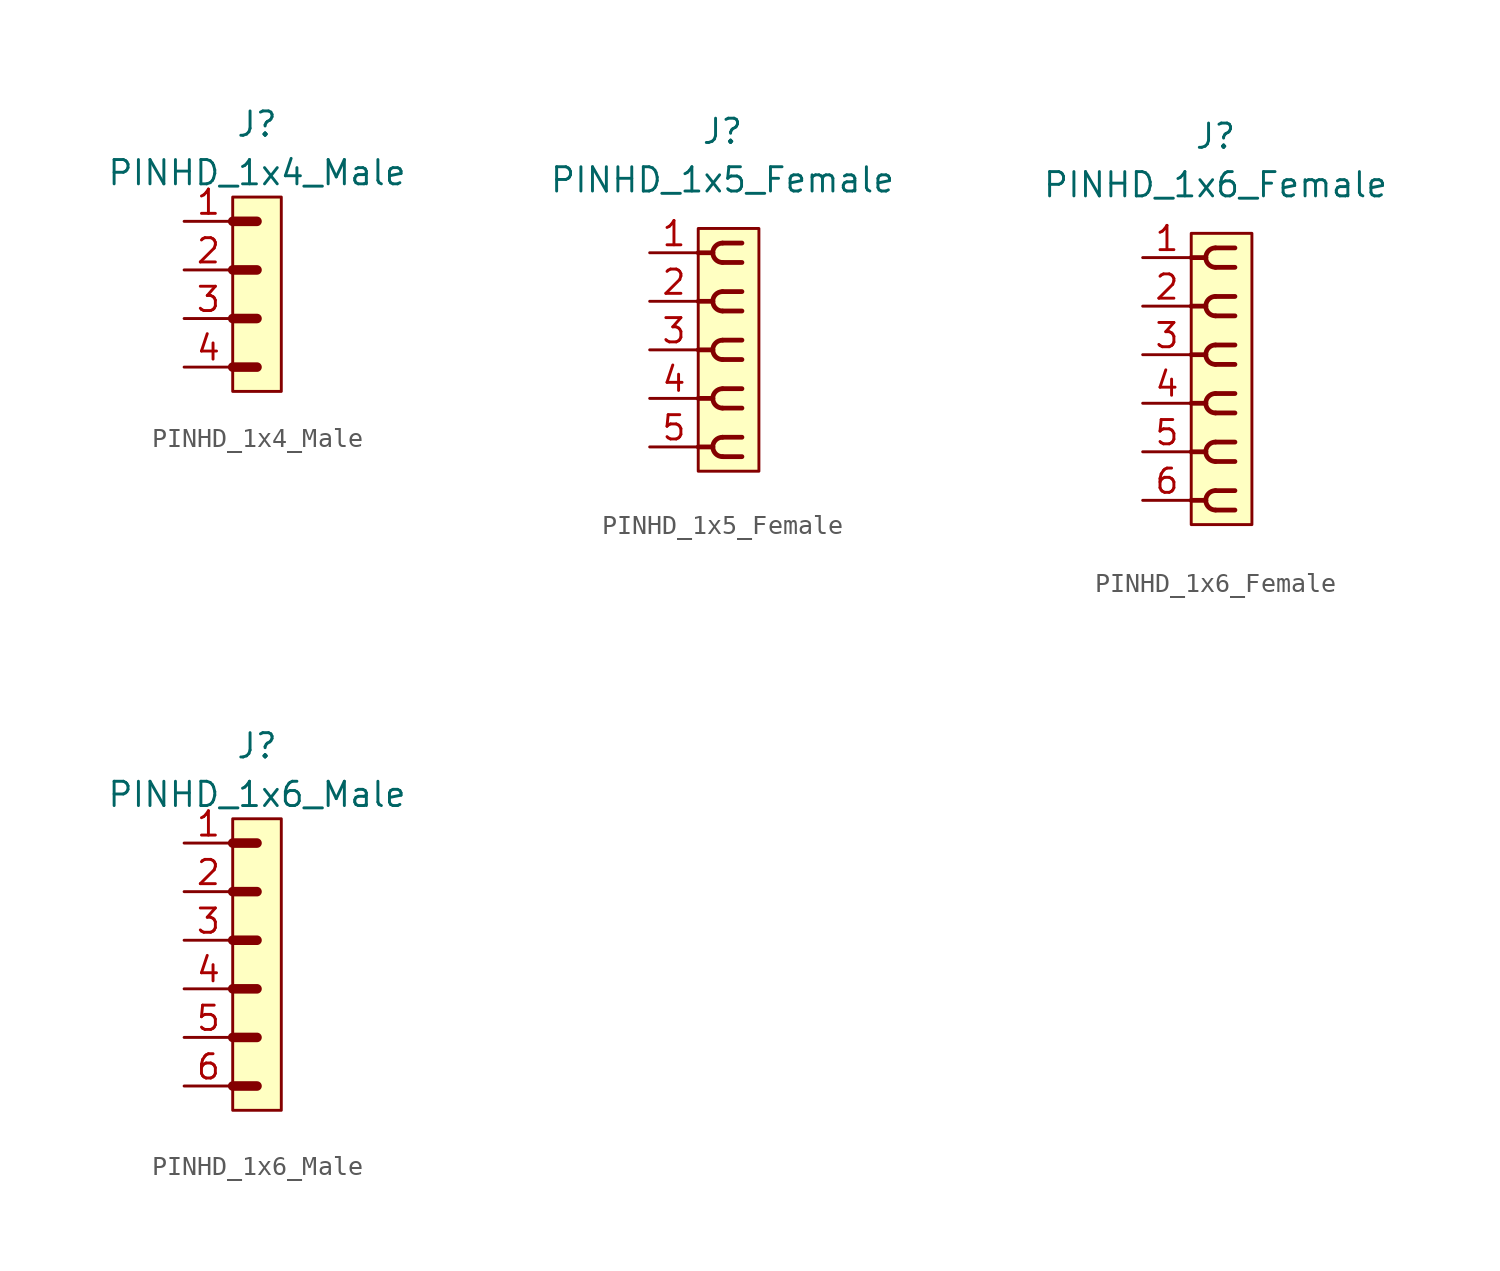
<source format=kicad_sym>
(kicad_symbol_lib
  (version 20220914)
  (generator kicad_symbol_editor)
  (symbol "PINHD_1x4_Male"
    (property "Reference" "J"
      (at 0 8.89 0)
      (effects (font (size 1.27 1.27))))
    (property "Value" "PINHD_1x4_Male"
      (at 0 6.35 0)
      (effects (font (size 1.27 1.27))))
    (symbol "PINHD_1x4_Male_0_1"
      (rectangle (start -1.27 5.08) (end 1.27 -5.08) (stroke (width 0) (type default)) (fill (type background)))
      (polyline (pts (xy -1.27 -3.81) (xy 0 -3.81)) (stroke (width 0.3) (type default)) (fill (type none)))
      (polyline (pts (xy -1.27 -3.81) (xy 0 -3.81)) (stroke (width 0.5) (type default)) (fill (type none)))
      (polyline (pts (xy -1.27 -1.27) (xy 0 -1.27)) (stroke (width 0.3) (type default)) (fill (type none)))
      (polyline (pts (xy -1.27 -1.27) (xy 0 -1.27)) (stroke (width 0.5) (type default)) (fill (type none)))
      (polyline (pts (xy -1.27 1.27) (xy 0 1.27)) (stroke (width 0.3) (type default)) (fill (type none)))
      (polyline (pts (xy -1.27 1.27) (xy 0 1.27)) (stroke (width 0.5) (type default)) (fill (type none)))
      (polyline (pts (xy -1.27 3.81) (xy 0 3.81)) (stroke (width 0.3) (type default)) (fill (type none)))
      (polyline (pts (xy -1.27 3.81) (xy 0 3.81)) (stroke (width 0.5) (type default)) (fill (type none))))
    (symbol "PINHD_1x4_Male_1_1"
      (pin passive line (at -3.81 3.81 0) (length 2.54) (name "" (effects (font (size 1.27 1.27)))) (number "1" (effects (font (size 1.27 1.27)))))
      (pin passive line (at -3.81 1.27 0) (length 2.54) (name "" (effects (font (size 1.27 1.27)))) (number "2" (effects (font (size 1.27 1.27)))))
      (pin passive line (at -3.81 -1.27 0) (length 2.54) (name "" (effects (font (size 1.27 1.27)))) (number "3" (effects (font (size 1.27 1.27)))))
      (pin passive line (at -3.81 -3.81 0) (length 2.54) (name "" (effects (font (size 1.27 1.27)))) (number "4" (effects (font (size 1.27 1.27)))))))
  (symbol "PINHD_1x5_Female"
    (property "Reference" "J"
      (at 0 11.43 0)
      (effects (font (size 1.27 1.27))))
    (property "Value" "PINHD_1x5_Female"
      (at 0 8.89 0)
      (effects (font (size 1.27 1.27))))
    (symbol "PINHD_1x5_Female_0_1"
      (rectangle (start -1.27 6.35) (end 1.905 -6.35) (stroke (width 0) (type default)) (fill (type background)))
      (arc (start -0.508 -5.08) (mid -0.3592 -5.4392) (end 0 -5.588) (stroke (width 0.25) (type default)) (fill (type none)))
      (arc (start -0.508 -2.54) (mid -0.3592 -2.8992) (end 0 -3.048) (stroke (width 0.25) (type default)) (fill (type none)))
      (arc (start -0.508 0) (mid -0.3592 -0.3592) (end 0 -0.508) (stroke (width 0.25) (type default)) (fill (type none)))
      (arc (start -0.508 2.54) (mid -0.3592 2.1808) (end 0 2.032) (stroke (width 0.25) (type default)) (fill (type none)))
      (arc (start -0.508 5.08) (mid -0.3592 4.7208) (end 0 4.572) (stroke (width 0.25) (type default)) (fill (type none)))
      (arc (start 0 -4.572) (mid -0.3592 -4.7208) (end -0.508 -5.08) (stroke (width 0.25) (type default)) (fill (type none)))
      (arc (start 0 -2.032) (mid -0.3592 -2.1808) (end -0.508 -2.54) (stroke (width 0.25) (type default)) (fill (type none)))
      (polyline (pts (xy -1.27 -5.08) (xy -0.508 -5.08)) (stroke (width 0.25) (type default)) (fill (type none)))
      (polyline (pts (xy -1.27 -2.54) (xy -0.508 -2.54)) (stroke (width 0.25) (type default)) (fill (type none)))
      (polyline (pts (xy -1.27 0) (xy -0.508 0)) (stroke (width 0.25) (type default)) (fill (type none)))
      (polyline (pts (xy -1.27 2.54) (xy -0.508 2.54)) (stroke (width 0.25) (type default)) (fill (type none)))
      (polyline (pts (xy -1.27 5.08) (xy -0.508 5.08)) (stroke (width 0.25) (type default)) (fill (type none)))
      (polyline (pts (xy 0 -5.588) (xy 1.016 -5.588)) (stroke (width 0.25) (type default)) (fill (type none)))
      (polyline (pts (xy 0 -4.572) (xy 1.016 -4.572)) (stroke (width 0.25) (type default)) (fill (type none)))
      (polyline (pts (xy 0 -3.048) (xy 1.016 -3.048)) (stroke (width 0.25) (type default)) (fill (type none)))
      (polyline (pts (xy 0 -2.032) (xy 1.016 -2.032)) (stroke (width 0.25) (type default)) (fill (type none)))
      (polyline (pts (xy 0 -0.508) (xy 1.016 -0.508)) (stroke (width 0.25) (type default)) (fill (type none)))
      (polyline (pts (xy 0 0.508) (xy 1.016 0.508)) (stroke (width 0.25) (type default)) (fill (type none)))
      (polyline (pts (xy 0 2.032) (xy 1.016 2.032)) (stroke (width 0.25) (type default)) (fill (type none)))
      (polyline (pts (xy 0 3.048) (xy 1.016 3.048)) (stroke (width 0.25) (type default)) (fill (type none)))
      (polyline (pts (xy 0 4.572) (xy 1.016 4.572)) (stroke (width 0.25) (type default)) (fill (type none)))
      (polyline (pts (xy 0 5.588) (xy 1.016 5.588)) (stroke (width 0.25) (type default)) (fill (type none)))
      (arc (start 0 0.508) (mid -0.3592 0.3592) (end -0.508 0) (stroke (width 0.25) (type default)) (fill (type none)))
      (arc (start 0 3.048) (mid -0.3592 2.8992) (end -0.508 2.54) (stroke (width 0.25) (type default)) (fill (type none)))
      (arc (start 0 5.588) (mid -0.3592 5.4392) (end -0.508 5.08) (stroke (width 0.25) (type default)) (fill (type none))))
    (symbol "PINHD_1x5_Female_1_1"
      (pin passive line (at -3.81 5.08 0) (length 2.54) (name "" (effects (font (size 1.27 1.27)))) (number "1" (effects (font (size 1.27 1.27)))))
      (pin passive line (at -3.81 2.54 0) (length 2.54) (name "" (effects (font (size 1.27 1.27)))) (number "2" (effects (font (size 1.27 1.27)))))
      (pin passive line (at -3.81 0 0) (length 2.54) (name "" (effects (font (size 1.27 1.27)))) (number "3" (effects (font (size 1.27 1.27)))))
      (pin passive line (at -3.81 -2.54 0) (length 2.54) (name "" (effects (font (size 1.27 1.27)))) (number "4" (effects (font (size 1.27 1.27)))))
      (pin passive line (at -3.81 -5.08 0) (length 2.54) (name "" (effects (font (size 1.27 1.27)))) (number "5" (effects (font (size 1.27 1.27)))))))
  (symbol "PINHD_1x6_Female"
    (property "Reference" "J"
      (at 0 12.7 0)
      (effects (font (size 1.27 1.27))))
    (property "Value" "PINHD_1x6_Female"
      (at 0 10.16 0)
      (effects (font (size 1.27 1.27))))
    (symbol "PINHD_1x6_Female_0_1"
      (rectangle (start -1.27 7.62) (end 1.905 -7.62) (stroke (width 0) (type default)) (fill (type background)))
      (arc (start -0.508 -6.35) (mid -0.3592 -6.7092) (end 0 -6.858) (stroke (width 0.25) (type default)) (fill (type none)))
      (arc (start -0.508 -3.81) (mid -0.3592 -4.1692) (end 0 -4.318) (stroke (width 0.25) (type default)) (fill (type none)))
      (arc (start -0.508 -1.27) (mid -0.3592 -1.6292) (end 0 -1.778) (stroke (width 0.25) (type default)) (fill (type none)))
      (arc (start -0.508 1.27) (mid -0.3592 0.9108) (end 0 0.762) (stroke (width 0.25) (type default)) (fill (type none)))
      (arc (start -0.508 3.81) (mid -0.3592 3.4508) (end 0 3.302) (stroke (width 0.25) (type default)) (fill (type none)))
      (arc (start -0.508 6.35) (mid -0.3592 5.9908) (end 0 5.842) (stroke (width 0.25) (type default)) (fill (type none)))
      (arc (start 0 -5.842) (mid -0.3592 -5.9908) (end -0.508 -6.35) (stroke (width 0.25) (type default)) (fill (type none)))
      (arc (start 0 -3.302) (mid -0.3592 -3.4508) (end -0.508 -3.81) (stroke (width 0.25) (type default)) (fill (type none)))
      (arc (start 0 -0.762) (mid -0.3592 -0.9108) (end -0.508 -1.27) (stroke (width 0.25) (type default)) (fill (type none)))
      (polyline (pts (xy -1.27 -6.35) (xy -0.508 -6.35)) (stroke (width 0.25) (type default)) (fill (type none)))
      (polyline (pts (xy -1.27 -3.81) (xy -0.508 -3.81)) (stroke (width 0.25) (type default)) (fill (type none)))
      (polyline (pts (xy -1.27 -1.27) (xy -0.508 -1.27)) (stroke (width 0.25) (type default)) (fill (type none)))
      (polyline (pts (xy -1.27 1.27) (xy -0.508 1.27)) (stroke (width 0.25) (type default)) (fill (type none)))
      (polyline (pts (xy -1.27 3.81) (xy -0.508 3.81)) (stroke (width 0.25) (type default)) (fill (type none)))
      (polyline (pts (xy -1.27 6.35) (xy -0.508 6.35)) (stroke (width 0.25) (type default)) (fill (type none)))
      (polyline (pts (xy 0 -6.858) (xy 1.016 -6.858)) (stroke (width 0.25) (type default)) (fill (type none)))
      (polyline (pts (xy 0 -5.842) (xy 1.016 -5.842)) (stroke (width 0.25) (type default)) (fill (type none)))
      (polyline (pts (xy 0 -4.318) (xy 1.016 -4.318)) (stroke (width 0.25) (type default)) (fill (type none)))
      (polyline (pts (xy 0 -3.302) (xy 1.016 -3.302)) (stroke (width 0.25) (type default)) (fill (type none)))
      (polyline (pts (xy 0 -1.778) (xy 1.016 -1.778)) (stroke (width 0.25) (type default)) (fill (type none)))
      (polyline (pts (xy 0 -0.762) (xy 1.016 -0.762)) (stroke (width 0.25) (type default)) (fill (type none)))
      (polyline (pts (xy 0 0.762) (xy 1.016 0.762)) (stroke (width 0.25) (type default)) (fill (type none)))
      (polyline (pts (xy 0 1.778) (xy 1.016 1.778)) (stroke (width 0.25) (type default)) (fill (type none)))
      (polyline (pts (xy 0 3.302) (xy 1.016 3.302)) (stroke (width 0.25) (type default)) (fill (type none)))
      (polyline (pts (xy 0 4.318) (xy 1.016 4.318)) (stroke (width 0.25) (type default)) (fill (type none)))
      (polyline (pts (xy 0 5.842) (xy 1.016 5.842)) (stroke (width 0.25) (type default)) (fill (type none)))
      (polyline (pts (xy 0 6.858) (xy 1.016 6.858)) (stroke (width 0.25) (type default)) (fill (type none)))
      (arc (start 0 1.778) (mid -0.3592 1.6292) (end -0.508 1.27) (stroke (width 0.25) (type default)) (fill (type none)))
      (arc (start 0 4.318) (mid -0.3592 4.1692) (end -0.508 3.81) (stroke (width 0.25) (type default)) (fill (type none)))
      (arc (start 0 6.858) (mid -0.3592 6.7092) (end -0.508 6.35) (stroke (width 0.25) (type default)) (fill (type none))))
    (symbol "PINHD_1x6_Female_1_1"
      (pin passive line (at -3.81 6.35 0) (length 2.54) (name "" (effects (font (size 1.27 1.27)))) (number "1" (effects (font (size 1.27 1.27)))))
      (pin passive line (at -3.81 3.81 0) (length 2.54) (name "" (effects (font (size 1.27 1.27)))) (number "2" (effects (font (size 1.27 1.27)))))
      (pin passive line (at -3.81 1.27 0) (length 2.54) (name "" (effects (font (size 1.27 1.27)))) (number "3" (effects (font (size 1.27 1.27)))))
      (pin passive line (at -3.81 -1.27 0) (length 2.54) (name "" (effects (font (size 1.27 1.27)))) (number "4" (effects (font (size 1.27 1.27)))))
      (pin passive line (at -3.81 -3.81 0) (length 2.54) (name "" (effects (font (size 1.27 1.27)))) (number "5" (effects (font (size 1.27 1.27)))))
      (pin passive line (at -3.81 -6.35 0) (length 2.54) (name "" (effects (font (size 1.27 1.27)))) (number "6" (effects (font (size 1.27 1.27)))))))
  (symbol "PINHD_1x6_Male"
    (property "Reference" "J"
      (at 0 11.43 0)
      (effects (font (size 1.27 1.27))))
    (property "Value" "PINHD_1x6_Male"
      (at 0 8.89 0)
      (effects (font (size 1.27 1.27))))
    (symbol "PINHD_1x6_Male_0_1"
      (rectangle (start -1.27 7.62) (end 1.27 -7.62) (stroke (width 0) (type default)) (fill (type background)))
      (polyline (pts (xy -1.27 -6.35) (xy 0 -6.35)) (stroke (width 0.3) (type default)) (fill (type none)))
      (polyline (pts (xy -1.27 -6.35) (xy 0 -6.35)) (stroke (width 0.5) (type default)) (fill (type none)))
      (polyline (pts (xy -1.27 -3.81) (xy 0 -3.81)) (stroke (width 0.3) (type default)) (fill (type none)))
      (polyline (pts (xy -1.27 -3.81) (xy 0 -3.81)) (stroke (width 0.5) (type default)) (fill (type none)))
      (polyline (pts (xy -1.27 -1.27) (xy 0 -1.27)) (stroke (width 0.3) (type default)) (fill (type none)))
      (polyline (pts (xy -1.27 -1.27) (xy 0 -1.27)) (stroke (width 0.5) (type default)) (fill (type none)))
      (polyline (pts (xy -1.27 1.27) (xy 0 1.27)) (stroke (width 0.3) (type default)) (fill (type none)))
      (polyline (pts (xy -1.27 1.27) (xy 0 1.27)) (stroke (width 0.5) (type default)) (fill (type none)))
      (polyline (pts (xy -1.27 3.81) (xy 0 3.81)) (stroke (width 0.3) (type default)) (fill (type none)))
      (polyline (pts (xy -1.27 3.81) (xy 0 3.81)) (stroke (width 0.5) (type default)) (fill (type none)))
      (polyline (pts (xy -1.27 6.35) (xy 0 6.35)) (stroke (width 0.3) (type default)) (fill (type none)))
      (polyline (pts (xy -1.27 6.35) (xy 0 6.35)) (stroke (width 0.5) (type default)) (fill (type none))))
    (symbol "PINHD_1x6_Male_1_1"
      (pin passive line (at -3.81 6.35 0) (length 2.54) (name "" (effects (font (size 1.27 1.27)))) (number "1" (effects (font (size 1.27 1.27)))))
      (pin passive line (at -3.81 3.81 0) (length 2.54) (name "" (effects (font (size 1.27 1.27)))) (number "2" (effects (font (size 1.27 1.27)))))
      (pin passive line (at -3.81 1.27 0) (length 2.54) (name "" (effects (font (size 1.27 1.27)))) (number "3" (effects (font (size 1.27 1.27)))))
      (pin passive line (at -3.81 -1.27 0) (length 2.54) (name "" (effects (font (size 1.27 1.27)))) (number "4" (effects (font (size 1.27 1.27)))))
      (pin passive line (at -3.81 -3.81 0) (length 2.54) (name "" (effects (font (size 1.27 1.27)))) (number "5" (effects (font (size 1.27 1.27)))))
      (pin passive line (at -3.81 -6.35 0) (length 2.54) (name "" (effects (font (size 1.27 1.27)))) (number "6" (effects (font (size 1.27 1.27))))))))
</source>
